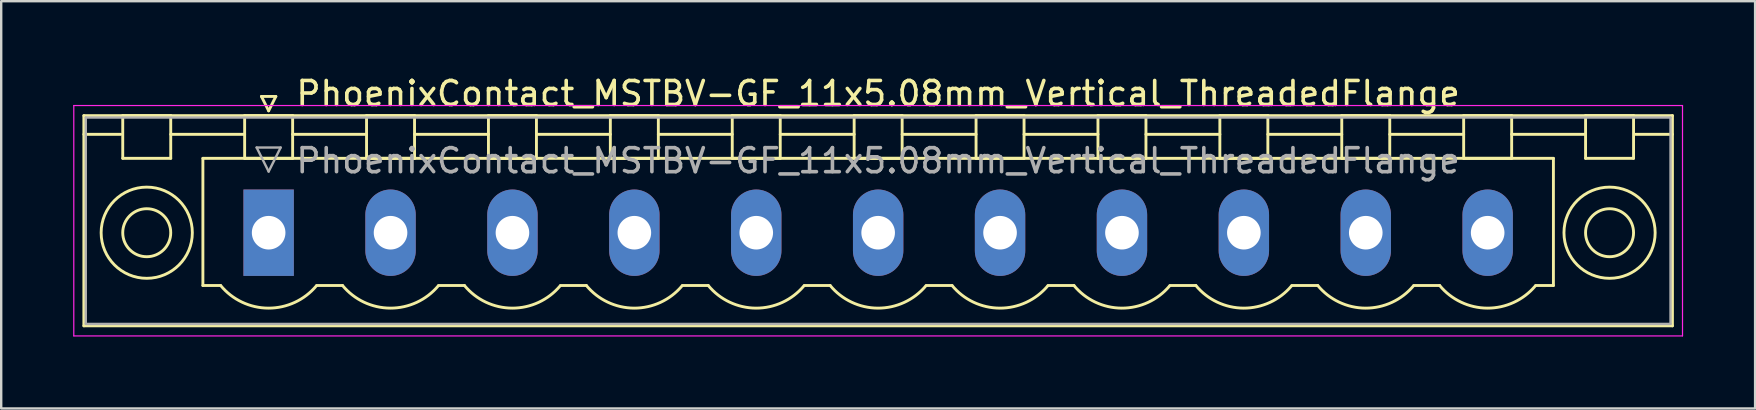
<source format=kicad_pcb>
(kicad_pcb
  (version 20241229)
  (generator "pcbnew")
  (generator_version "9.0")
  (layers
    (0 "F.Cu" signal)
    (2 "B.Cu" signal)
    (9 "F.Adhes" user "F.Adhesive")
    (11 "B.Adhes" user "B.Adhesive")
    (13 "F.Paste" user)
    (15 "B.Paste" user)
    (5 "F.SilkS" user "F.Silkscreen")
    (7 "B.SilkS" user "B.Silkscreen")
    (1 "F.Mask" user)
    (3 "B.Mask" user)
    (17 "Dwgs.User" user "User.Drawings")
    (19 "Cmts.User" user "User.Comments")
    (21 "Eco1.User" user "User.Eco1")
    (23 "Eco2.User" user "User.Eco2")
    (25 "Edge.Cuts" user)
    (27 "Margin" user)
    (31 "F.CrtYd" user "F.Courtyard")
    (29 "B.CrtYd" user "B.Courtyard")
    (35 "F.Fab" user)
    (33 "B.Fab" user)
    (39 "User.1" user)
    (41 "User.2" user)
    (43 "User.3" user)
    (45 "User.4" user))
  (footprint "PhoenixContact_MSTBV-GF_11x5.08mm_Vertical_ThreadedFlange"
    (layer "F.Cu")
    (at 8.145 6.648)
    (property "Reference" "PhoenixContact_MSTBV-GF_11x5.08mm_Vertical_ThreadedFlange" (at 25.4 -5.8 0) (layer "F.SilkS") (effects (font (size 1 1) (thickness 0.15))))
    (attr through_hole)
    (fp_line (start -7.7 -4.88) (end -7.7 3.88) (stroke (width 0.12) (type solid)) (layer "F.SilkS"))
    (fp_line (start -7.7 -4.1) (end -6.16 -4.1) (stroke (width 0.12) (type solid)) (layer "F.SilkS"))
    (fp_line (start -7.7 3.88) (end 58.5 3.88) (stroke (width 0.12) (type solid)) (layer "F.SilkS"))
    (fp_line (start -6.08 -4.88) (end -4.08 -4.88) (stroke (width 0.12) (type solid)) (layer "F.SilkS"))
    (fp_line (start -6.08 -3.1) (end -6.08 -4.88) (stroke (width 0.12) (type solid)) (layer "F.SilkS"))
    (fp_line (start -4.08 -4.88) (end -4.08 -3.1) (stroke (width 0.12) (type solid)) (layer "F.SilkS"))
    (fp_line (start -4.08 -4.1) (end -1 -4.1) (stroke (width 0.12) (type solid)) (layer "F.SilkS"))
    (fp_line (start -4.08 -3.1) (end -6.08 -3.1) (stroke (width 0.12) (type solid)) (layer "F.SilkS"))
    (fp_line (start -2.74 -3.1) (end 53.54 -3.1) (stroke (width 0.12) (type solid)) (layer "F.SilkS"))
    (fp_line (start -2.74 2.2) (end -2.74 -3.1) (stroke (width 0.12) (type solid)) (layer "F.SilkS"))
    (fp_line (start -2 2.2) (end -2.74 2.2) (stroke (width 0.12) (type solid)) (layer "F.SilkS"))
    (fp_line (start -1 -4.88) (end 1 -4.88) (stroke (width 0.12) (type solid)) (layer "F.SilkS"))
    (fp_line (start -1 -3.1) (end -1 -4.88) (stroke (width 0.12) (type solid)) (layer "F.SilkS"))
    (fp_line (start -0.3 -5.68) (end 0.3 -5.68) (stroke (width 0.12) (type solid)) (layer "F.SilkS"))
    (fp_line (start 0 -5.08) (end -0.3 -5.68) (stroke (width 0.12) (type solid)) (layer "F.SilkS"))
    (fp_line (start 0.3 -5.68) (end 0 -5.08) (stroke (width 0.12) (type solid)) (layer "F.SilkS"))
    (fp_line (start 1 -4.88) (end 1 -3.1) (stroke (width 0.12) (type solid)) (layer "F.SilkS"))
    (fp_line (start 1 -4.1) (end 4.08 -4.1) (stroke (width 0.12) (type solid)) (layer "F.SilkS"))
    (fp_line (start 1 -3.1) (end -1 -3.1) (stroke (width 0.12) (type solid)) (layer "F.SilkS"))
    (fp_line (start 2 2.2) (end 3.08 2.2) (stroke (width 0.12) (type solid)) (layer "F.SilkS"))
    (fp_line (start 4.08 -4.88) (end 6.08 -4.88) (stroke (width 0.12) (type solid)) (layer "F.SilkS"))
    (fp_line (start 4.08 -3.1) (end 4.08 -4.88) (stroke (width 0.12) (type solid)) (layer "F.SilkS"))
    (fp_line (start 6.08 -4.88) (end 6.08 -3.1) (stroke (width 0.12) (type solid)) (layer "F.SilkS"))
    (fp_line (start 6.08 -4.1) (end 9.16 -4.1) (stroke (width 0.12) (type solid)) (layer "F.SilkS"))
    (fp_line (start 6.08 -3.1) (end 4.08 -3.1) (stroke (width 0.12) (type solid)) (layer "F.SilkS"))
    (fp_line (start 7.08 2.2) (end 8.16 2.2) (stroke (width 0.12) (type solid)) (layer "F.SilkS"))
    (fp_line (start 9.16 -4.88) (end 11.16 -4.88) (stroke (width 0.12) (type solid)) (layer "F.SilkS"))
    (fp_line (start 9.16 -3.1) (end 9.16 -4.88) (stroke (width 0.12) (type solid)) (layer "F.SilkS"))
    (fp_line (start 11.16 -4.88) (end 11.16 -3.1) (stroke (width 0.12) (type solid)) (layer "F.SilkS"))
    (fp_line (start 11.16 -4.1) (end 14.24 -4.1) (stroke (width 0.12) (type solid)) (layer "F.SilkS"))
    (fp_line (start 11.16 -3.1) (end 9.16 -3.1) (stroke (width 0.12) (type solid)) (layer "F.SilkS"))
    (fp_line (start 12.16 2.2) (end 13.24 2.2) (stroke (width 0.12) (type solid)) (layer "F.SilkS"))
    (fp_line (start 14.24 -4.88) (end 16.24 -4.88) (stroke (width 0.12) (type solid)) (layer "F.SilkS"))
    (fp_line (start 14.24 -3.1) (end 14.24 -4.88) (stroke (width 0.12) (type solid)) (layer "F.SilkS"))
    (fp_line (start 16.24 -4.88) (end 16.24 -3.1) (stroke (width 0.12) (type solid)) (layer "F.SilkS"))
    (fp_line (start 16.24 -4.1) (end 19.32 -4.1) (stroke (width 0.12) (type solid)) (layer "F.SilkS"))
    (fp_line (start 16.24 -3.1) (end 14.24 -3.1) (stroke (width 0.12) (type solid)) (layer "F.SilkS"))
    (fp_line (start 17.24 2.2) (end 18.32 2.2) (stroke (width 0.12) (type solid)) (layer "F.SilkS"))
    (fp_line (start 19.32 -4.88) (end 21.32 -4.88) (stroke (width 0.12) (type solid)) (layer "F.SilkS"))
    (fp_line (start 19.32 -3.1) (end 19.32 -4.88) (stroke (width 0.12) (type solid)) (layer "F.SilkS"))
    (fp_line (start 21.32 -4.88) (end 21.32 -3.1) (stroke (width 0.12) (type solid)) (layer "F.SilkS"))
    (fp_line (start 21.32 -4.1) (end 24.4 -4.1) (stroke (width 0.12) (type solid)) (layer "F.SilkS"))
    (fp_line (start 21.32 -3.1) (end 19.32 -3.1) (stroke (width 0.12) (type solid)) (layer "F.SilkS"))
    (fp_line (start 22.32 2.2) (end 23.4 2.2) (stroke (width 0.12) (type solid)) (layer "F.SilkS"))
    (fp_line (start 24.4 -4.88) (end 26.4 -4.88) (stroke (width 0.12) (type solid)) (layer "F.SilkS"))
    (fp_line (start 24.4 -3.1) (end 24.4 -4.88) (stroke (width 0.12) (type solid)) (layer "F.SilkS"))
    (fp_line (start 26.4 -4.88) (end 26.4 -3.1) (stroke (width 0.12) (type solid)) (layer "F.SilkS"))
    (fp_line (start 26.4 -4.1) (end 29.48 -4.1) (stroke (width 0.12) (type solid)) (layer "F.SilkS"))
    (fp_line (start 26.4 -3.1) (end 24.4 -3.1) (stroke (width 0.12) (type solid)) (layer "F.SilkS"))
    (fp_line (start 27.4 2.2) (end 28.48 2.2) (stroke (width 0.12) (type solid)) (layer "F.SilkS"))
    (fp_line (start 29.48 -4.88) (end 31.48 -4.88) (stroke (width 0.12) (type solid)) (layer "F.SilkS"))
    (fp_line (start 29.48 -3.1) (end 29.48 -4.88) (stroke (width 0.12) (type solid)) (layer "F.SilkS"))
    (fp_line (start 31.48 -4.88) (end 31.48 -3.1) (stroke (width 0.12) (type solid)) (layer "F.SilkS"))
    (fp_line (start 31.48 -4.1) (end 34.56 -4.1) (stroke (width 0.12) (type solid)) (layer "F.SilkS"))
    (fp_line (start 31.48 -3.1) (end 29.48 -3.1) (stroke (width 0.12) (type solid)) (layer "F.SilkS"))
    (fp_line (start 32.48 2.2) (end 33.56 2.2) (stroke (width 0.12) (type solid)) (layer "F.SilkS"))
    (fp_line (start 34.56 -4.88) (end 36.56 -4.88) (stroke (width 0.12) (type solid)) (layer "F.SilkS"))
    (fp_line (start 34.56 -3.1) (end 34.56 -4.88) (stroke (width 0.12) (type solid)) (layer "F.SilkS"))
    (fp_line (start 36.56 -4.88) (end 36.56 -3.1) (stroke (width 0.12) (type solid)) (layer "F.SilkS"))
    (fp_line (start 36.56 -4.1) (end 39.64 -4.1) (stroke (width 0.12) (type solid)) (layer "F.SilkS"))
    (fp_line (start 36.56 -3.1) (end 34.56 -3.1) (stroke (width 0.12) (type solid)) (layer "F.SilkS"))
    (fp_line (start 37.56 2.2) (end 38.64 2.2) (stroke (width 0.12) (type solid)) (layer "F.SilkS"))
    (fp_line (start 39.64 -4.88) (end 41.64 -4.88) (stroke (width 0.12) (type solid)) (layer "F.SilkS"))
    (fp_line (start 39.64 -3.1) (end 39.64 -4.88) (stroke (width 0.12) (type solid)) (layer "F.SilkS"))
    (fp_line (start 41.64 -4.88) (end 41.64 -3.1) (stroke (width 0.12) (type solid)) (layer "F.SilkS"))
    (fp_line (start 41.64 -4.1) (end 44.72 -4.1) (stroke (width 0.12) (type solid)) (layer "F.SilkS"))
    (fp_line (start 41.64 -3.1) (end 39.64 -3.1) (stroke (width 0.12) (type solid)) (layer "F.SilkS"))
    (fp_line (start 42.64 2.2) (end 43.72 2.2) (stroke (width 0.12) (type solid)) (layer "F.SilkS"))
    (fp_line (start 44.72 -4.88) (end 46.72 -4.88) (stroke (width 0.12) (type solid)) (layer "F.SilkS"))
    (fp_line (start 44.72 -3.1) (end 44.72 -4.88) (stroke (width 0.12) (type solid)) (layer "F.SilkS"))
    (fp_line (start 46.72 -4.88) (end 46.72 -3.1) (stroke (width 0.12) (type solid)) (layer "F.SilkS"))
    (fp_line (start 46.72 -4.1) (end 49.8 -4.1) (stroke (width 0.12) (type solid)) (layer "F.SilkS"))
    (fp_line (start 46.72 -3.1) (end 44.72 -3.1) (stroke (width 0.12) (type solid)) (layer "F.SilkS"))
    (fp_line (start 47.72 2.2) (end 48.8 2.2) (stroke (width 0.12) (type solid)) (layer "F.SilkS"))
    (fp_line (start 49.8 -4.88) (end 51.8 -4.88) (stroke (width 0.12) (type solid)) (layer "F.SilkS"))
    (fp_line (start 49.8 -3.1) (end 49.8 -4.88) (stroke (width 0.12) (type solid)) (layer "F.SilkS"))
    (fp_line (start 51.8 -4.88) (end 51.8 -3.1) (stroke (width 0.12) (type solid)) (layer "F.SilkS"))
    (fp_line (start 51.8 -4.1) (end 54.88 -4.1) (stroke (width 0.12) (type solid)) (layer "F.SilkS"))
    (fp_line (start 51.8 -3.1) (end 49.8 -3.1) (stroke (width 0.12) (type solid)) (layer "F.SilkS"))
    (fp_line (start 53.54 -3.1) (end 53.54 2.2) (stroke (width 0.12) (type solid)) (layer "F.SilkS"))
    (fp_line (start 53.54 2.2) (end 52.8 2.2) (stroke (width 0.12) (type solid)) (layer "F.SilkS"))
    (fp_line (start 54.88 -4.88) (end 56.88 -4.88) (stroke (width 0.12) (type solid)) (layer "F.SilkS"))
    (fp_line (start 54.88 -3.1) (end 54.88 -4.88) (stroke (width 0.12) (type solid)) (layer "F.SilkS"))
    (fp_line (start 56.88 -4.88) (end 56.88 -3.1) (stroke (width 0.12) (type solid)) (layer "F.SilkS"))
    (fp_line (start 56.88 -3.1) (end 54.88 -3.1) (stroke (width 0.12) (type solid)) (layer "F.SilkS"))
    (fp_line (start 58.5 -4.88) (end -7.7 -4.88) (stroke (width 0.12) (type solid)) (layer "F.SilkS"))
    (fp_line (start 58.5 -4.1) (end 56.96 -4.1) (stroke (width 0.12) (type solid)) (layer "F.SilkS"))
    (fp_line (start 58.5 3.88) (end 58.5 -4.88) (stroke (width 0.12) (type solid)) (layer "F.SilkS"))
    (fp_arc (start 1.986842 2.215821) (mid -0.010289 3.142758) (end -2 2.2) (stroke (width 0.12) (type solid)) (layer "F.SilkS"))
    (fp_arc (start 7.066842 2.215821) (mid 5.069711 3.142758) (end 3.08 2.2) (stroke (width 0.12) (type solid)) (layer "F.SilkS"))
    (fp_arc (start 12.146842 2.215821) (mid 10.149711 3.142758) (end 8.16 2.2) (stroke (width 0.12) (type solid)) (layer "F.SilkS"))
    (fp_arc (start 17.226842 2.215821) (mid 15.229711 3.142758) (end 13.24 2.2) (stroke (width 0.12) (type solid)) (layer "F.SilkS"))
    (fp_arc (start 22.306842 2.215821) (mid 20.309711 3.142758) (end 18.32 2.2) (stroke (width 0.12) (type solid)) (layer "F.SilkS"))
    (fp_arc (start 27.386842 2.215821) (mid 25.389711 3.142758) (end 23.4 2.2) (stroke (width 0.12) (type solid)) (layer "F.SilkS"))
    (fp_arc (start 32.466842 2.215821) (mid 30.469711 3.142758) (end 28.48 2.2) (stroke (width 0.12) (type solid)) (layer "F.SilkS"))
    (fp_arc (start 37.546842 2.215821) (mid 35.549711 3.142758) (end 33.56 2.2) (stroke (width 0.12) (type solid)) (layer "F.SilkS"))
    (fp_arc (start 42.626842 2.215821) (mid 40.629711 3.142758) (end 38.64 2.2) (stroke (width 0.12) (type solid)) (layer "F.SilkS"))
    (fp_arc (start 47.706842 2.215821) (mid 45.709711 3.142758) (end 43.72 2.2) (stroke (width 0.12) (type solid)) (layer "F.SilkS"))
    (fp_arc (start 52.786842 2.215821) (mid 50.789711 3.142758) (end 48.8 2.2) (stroke (width 0.12) (type solid)) (layer "F.SilkS"))
    (fp_circle (center -5.08 0) (end -4.08 0) (stroke (width 0.12) (type solid)) (fill no) (layer "F.SilkS"))
    (fp_circle (center -5.08 0) (end -3.18 0) (stroke (width 0.12) (type solid)) (fill no) (layer "F.SilkS"))
    (fp_circle (center 55.88 0) (end 56.88 0) (stroke (width 0.12) (type solid)) (fill no) (layer "F.SilkS"))
    (fp_circle (center 55.88 0) (end 57.78 0) (stroke (width 0.12) (type solid)) (fill no) (layer "F.SilkS"))
    (fp_line (start -8.12 -5.3) (end -8.12 4.3) (stroke (width 0.05) (type solid)) (layer "F.CrtYd"))
    (fp_line (start -8.12 4.3) (end 58.92 4.3) (stroke (width 0.05) (type solid)) (layer "F.CrtYd"))
    (fp_line (start 58.92 -5.3) (end -8.12 -5.3) (stroke (width 0.05) (type solid)) (layer "F.CrtYd"))
    (fp_line (start 58.92 4.3) (end 58.92 -5.3) (stroke (width 0.05) (type solid)) (layer "F.CrtYd"))
    (fp_line (start -7.62 -4.8) (end -7.62 3.8) (stroke (width 0.1) (type solid)) (layer "F.Fab"))
    (fp_line (start -7.62 3.8) (end 58.42 3.8) (stroke (width 0.1) (type solid)) (layer "F.Fab"))
    (fp_line (start -0.5 -3.55) (end 0.5 -3.55) (stroke (width 0.1) (type solid)) (layer "F.Fab"))
    (fp_line (start 0 -2.55) (end -0.5 -3.55) (stroke (width 0.1) (type solid)) (layer "F.Fab"))
    (fp_line (start 0.5 -3.55) (end 0 -2.55) (stroke (width 0.1) (type solid)) (layer "F.Fab"))
    (fp_line (start 58.42 -4.8) (end -7.62 -4.8) (stroke (width 0.1) (type solid)) (layer "F.Fab"))
    (fp_line (start 58.42 3.8) (end 58.42 -4.8) (stroke (width 0.1) (type solid)) (layer "F.Fab"))
    (fp_text user "${REFERENCE}" (at 25.4 -3 0) (layer "F.Fab") (effects (font (size 1 1) (thickness 0.15))))
    (pad "1" thru_hole rect (at 0 0) (size 2.1 3.6) (drill 1.4) (layers "*.Cu" "*.Mask"))
    (pad "2" thru_hole oval (at 5.08 0) (size 2.1 3.6) (drill 1.4) (layers "*.Cu" "*.Mask"))
    (pad "3" thru_hole oval (at 10.16 0) (size 2.1 3.6) (drill 1.4) (layers "*.Cu" "*.Mask"))
    (pad "4" thru_hole oval (at 15.24 0) (size 2.1 3.6) (drill 1.4) (layers "*.Cu" "*.Mask"))
    (pad "5" thru_hole oval (at 20.32 0) (size 2.1 3.6) (drill 1.4) (layers "*.Cu" "*.Mask"))
    (pad "6" thru_hole oval (at 25.4 0) (size 2.1 3.6) (drill 1.4) (layers "*.Cu" "*.Mask"))
    (pad "7" thru_hole oval (at 30.48 0) (size 2.1 3.6) (drill 1.4) (layers "*.Cu" "*.Mask"))
    (pad "8" thru_hole oval (at 35.56 0) (size 2.1 3.6) (drill 1.4) (layers "*.Cu" "*.Mask"))
    (pad "9" thru_hole oval (at 40.64 0) (size 2.1 3.6) (drill 1.4) (layers "*.Cu" "*.Mask"))
    (pad "10" thru_hole oval (at 45.72 0) (size 2.1 3.6) (drill 1.4) (layers "*.Cu" "*.Mask"))
    (pad "11" thru_hole oval (at 50.8 0) (size 2.1 3.6) (drill 1.4) (layers "*.Cu" "*.Mask")))
  (gr_rect
    (start -3 -3)
    (end 70.09 13.973)
    (stroke (width 0.1) (type default))
    (fill no)
    (layer "Edge.Cuts")))
</source>
